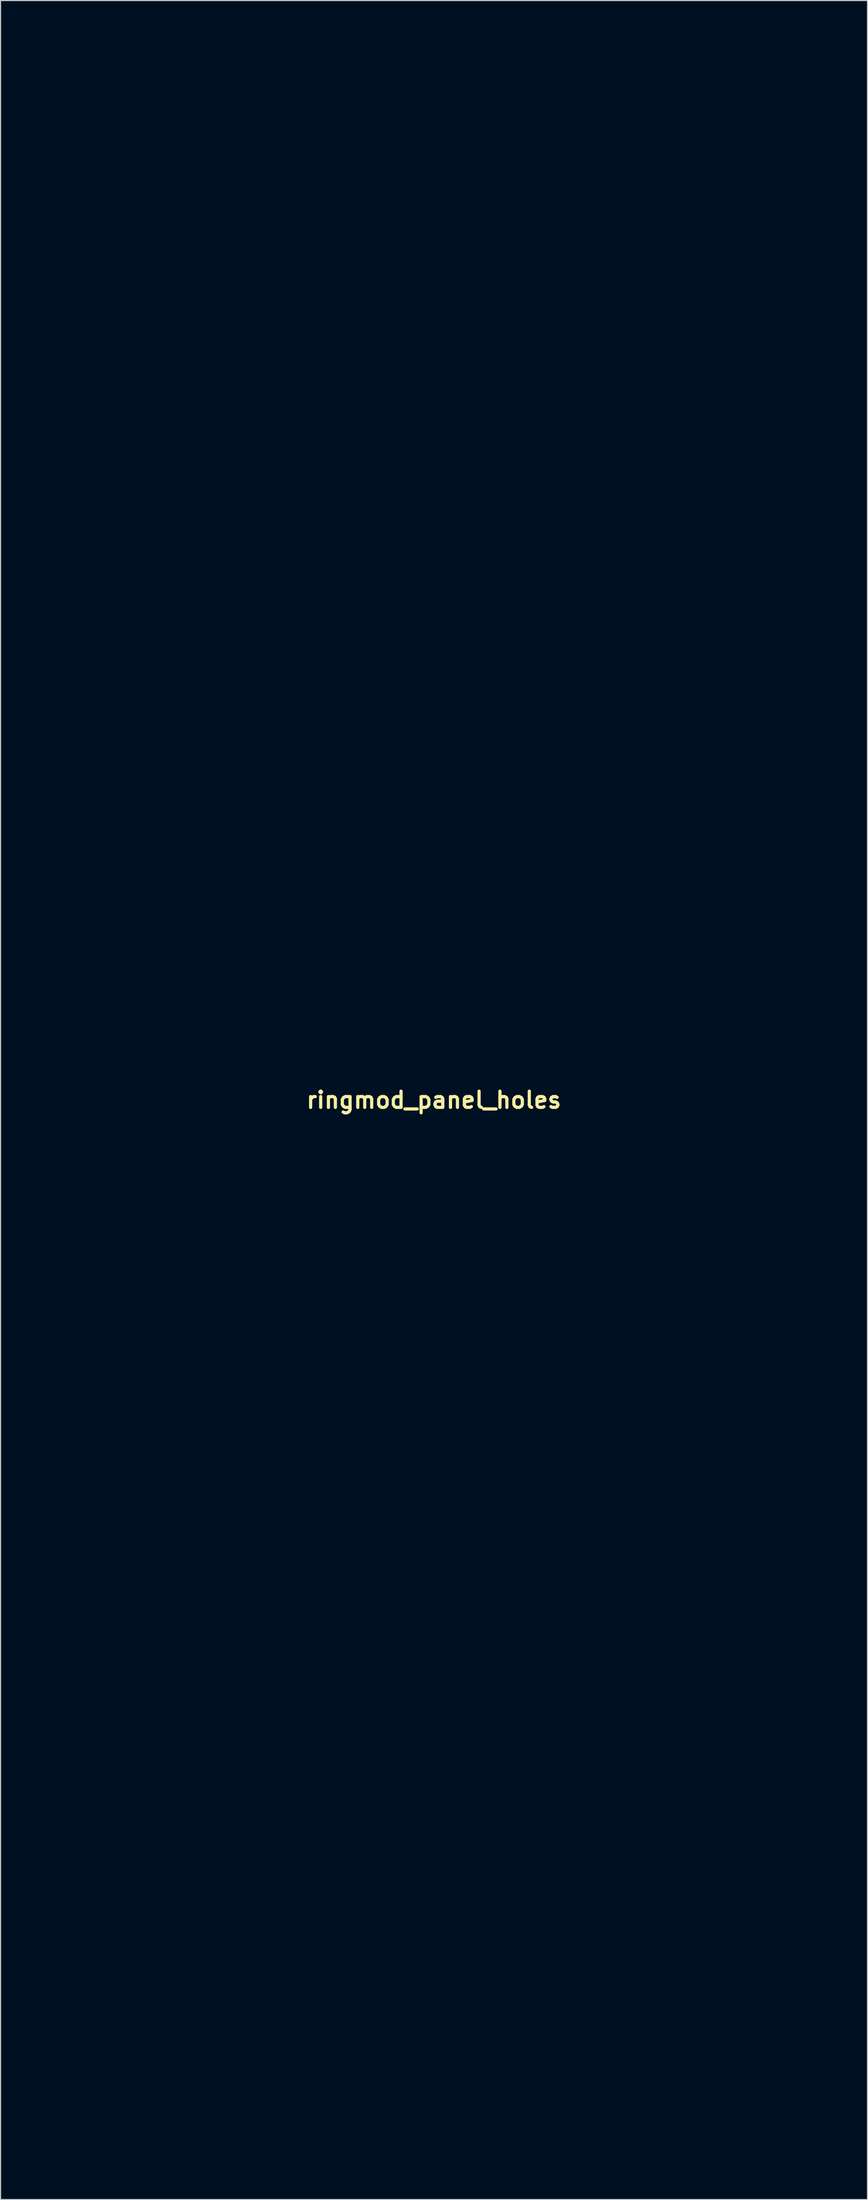
<source format=kicad_pcb>
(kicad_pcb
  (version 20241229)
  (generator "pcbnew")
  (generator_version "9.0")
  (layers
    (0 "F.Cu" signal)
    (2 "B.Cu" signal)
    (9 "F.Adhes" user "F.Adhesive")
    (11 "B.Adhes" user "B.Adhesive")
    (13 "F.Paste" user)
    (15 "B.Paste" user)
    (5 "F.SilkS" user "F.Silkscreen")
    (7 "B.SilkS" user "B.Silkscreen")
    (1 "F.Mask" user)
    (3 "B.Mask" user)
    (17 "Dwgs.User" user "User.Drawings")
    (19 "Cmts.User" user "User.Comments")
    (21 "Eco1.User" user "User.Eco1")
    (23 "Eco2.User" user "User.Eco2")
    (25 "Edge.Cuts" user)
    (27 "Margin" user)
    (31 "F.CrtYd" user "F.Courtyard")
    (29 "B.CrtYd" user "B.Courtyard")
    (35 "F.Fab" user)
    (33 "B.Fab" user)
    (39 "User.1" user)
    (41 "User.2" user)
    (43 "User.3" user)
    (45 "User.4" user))
  (footprint "ringmod_panel_holes"
    (layer "F.Cu")
    (at 37.705 100.277)
    (property "Reference" "ringmod_panel_holes" (at 0 0 0) (layer "F.SilkS") (effects (font (size 1.524 1.524) (thickness 0.3))))
    (attr board_only exclude_from_pos_files exclude_from_bom)
    (fp_poly (pts (xy 37.68 100.227) (xy -37.655 100.227) (xy -37.655 99.947) (xy -37.375 99.947) (xy 37.401 99.947) (xy 37.401 -99.947) (xy -37.375 -99.947) (xy -37.375 99.947) (xy -37.655 99.947) (xy -37.655 -100.227) (xy 37.68 -100.227)) (stroke (width 0.1) (type solid)) (fill no) (layer "Eco1.User"))
    (fp_poly (pts (xy -31.233 95.555) (xy -30.964 95.671) (xy -30.727 95.826) (xy -30.523 96.018) (xy -30.42 96.147) (xy -30.269 96.399) (xy -30.168 96.662) (xy -30.116 96.932) (xy -30.113 97.206) (xy -30.161 97.481) (xy -30.259 97.755) (xy -30.285 97.809) (xy -30.427 98.043) (xy -30.609 98.248) (xy -30.825 98.421) (xy -31.069 98.556) (xy -31.334 98.65) (xy -31.34 98.651) (xy -31.382 98.662) (xy -31.425 98.67) (xy -31.474 98.678) (xy -31.532 98.684) (xy -31.604 98.689) (xy -31.693 98.693) (xy -31.805 98.696) (xy -31.943 98.698) (xy -32.111 98.699) (xy -32.314 98.7) (xy -32.556 98.7) (xy -32.84 98.7) (xy -33.127 98.7) (xy -33.453 98.7) (xy -33.732 98.699) (xy -33.969 98.698) (xy -34.168 98.697) (xy -34.332 98.695) (xy -34.466 98.693) (xy -34.575 98.689) (xy -34.662 98.685) (xy -34.732 98.68) (xy -34.788 98.674) (xy -34.835 98.666) (xy -34.878 98.657) (xy -34.909 98.649) (xy -35.169 98.56) (xy -35.4 98.432) (xy -35.596 98.277) (xy -35.766 98.099) (xy -35.897 97.915) (xy -36.001 97.707) (xy -36.032 97.626) (xy -36.104 97.36) (xy -36.128 97.093) (xy -36.106 96.83) (xy -36.041 96.577) (xy -35.936 96.338) (xy -35.792 96.118) (xy -35.613 95.922) (xy -35.401 95.754) (xy -35.158 95.62) (xy -34.96 95.544) (xy -34.769 95.485) (xy -31.439 95.485)) (stroke (width 0.1) (type solid)) (fill no) (layer "Eco1.User"))
    (fp_poly (pts (xy -32.069 -98.698) (xy -31.881 -98.695) (xy -31.723 -98.691) (xy -31.591 -98.684) (xy -31.481 -98.675) (xy -31.388 -98.662) (xy -31.309 -98.647) (xy -31.239 -98.628) (xy -31.175 -98.605) (xy -31.112 -98.578) (xy -31.045 -98.547) (xy -30.986 -98.517) (xy -30.762 -98.379) (xy -30.56 -98.2) (xy -30.39 -97.991) (xy -30.285 -97.812) (xy -30.18 -97.555) (xy -30.121 -97.307) (xy -30.109 -97.056) (xy -30.14 -96.795) (xy -30.143 -96.778) (xy -30.226 -96.501) (xy -30.351 -96.249) (xy -30.516 -96.025) (xy -30.717 -95.834) (xy -30.953 -95.677) (xy -31.22 -95.56) (xy -31.233 -95.555) (xy -31.439 -95.486) (xy -33.028 -95.482) (xy -33.311 -95.481) (xy -33.583 -95.481) (xy -33.838 -95.482) (xy -34.071 -95.484) (xy -34.277 -95.485) (xy -34.453 -95.488) (xy -34.592 -95.49) (xy -34.691 -95.493) (xy -34.744 -95.497) (xy -34.747 -95.497) (xy -35.015 -95.562) (xy -35.268 -95.672) (xy -35.498 -95.821) (xy -35.7 -96.005) (xy -35.866 -96.219) (xy -35.949 -96.365) (xy -36.051 -96.612) (xy -36.108 -96.855) (xy -36.124 -97.108) (xy -36.121 -97.189) (xy -36.086 -97.455) (xy -36.012 -97.695) (xy -35.897 -97.917) (xy -35.735 -98.128) (xy -35.648 -98.22) (xy -35.479 -98.374) (xy -35.31 -98.492) (xy -35.123 -98.585) (xy -35.011 -98.629) (xy -34.846 -98.688) (xy -33.206 -98.696) (xy -32.856 -98.697) (xy -32.552 -98.698) (xy -32.291 -98.699)) (stroke (width 0.1) (type solid)) (fill no) (layer "Eco1.User"))
    (fp_poly (pts (xy 34.985 95.544) (xy 35.242 95.645) (xy 35.467 95.778) (xy 35.672 95.953) (xy 35.688 95.969) (xy 35.868 96.185) (xy 36.005 96.424) (xy 36.098 96.681) (xy 36.146 96.95) (xy 36.146 97.224) (xy 36.104 97.471) (xy 36.042 97.676) (xy 35.962 97.851) (xy 35.857 98.012) (xy 35.716 98.174) (xy 35.672 98.219) (xy 35.507 98.37) (xy 35.348 98.484) (xy 35.178 98.569) (xy 34.982 98.635) (xy 34.924 98.651) (xy 34.881 98.661) (xy 34.837 98.67) (xy 34.789 98.677) (xy 34.731 98.684) (xy 34.66 98.689) (xy 34.572 98.692) (xy 34.462 98.695) (xy 34.326 98.698) (xy 34.16 98.699) (xy 33.96 98.7) (xy 33.721 98.7) (xy 33.44 98.7) (xy 33.132 98.7) (xy 32.805 98.7) (xy 32.526 98.699) (xy 32.289 98.698) (xy 32.09 98.697) (xy 31.925 98.695) (xy 31.791 98.693) (xy 31.682 98.689) (xy 31.596 98.685) (xy 31.526 98.68) (xy 31.47 98.674) (xy 31.424 98.666) (xy 31.382 98.657) (xy 31.355 98.65) (xy 31.081 98.554) (xy 30.835 98.416) (xy 30.62 98.239) (xy 30.44 98.027) (xy 30.308 97.805) (xy 30.206 97.557) (xy 30.149 97.314) (xy 30.136 97.063) (xy 30.139 96.989) (xy 30.183 96.71) (xy 30.272 96.448) (xy 30.403 96.207) (xy 30.573 95.992) (xy 30.779 95.807) (xy 31.016 95.658) (xy 31.255 95.556) (xy 31.464 95.485) (xy 34.795 95.485)) (stroke (width 0.1) (type solid)) (fill no) (layer "Eco1.User"))
    (fp_poly (pts (xy 33.771 -98.689) (xy 34.026 -98.688) (xy 34.243 -98.687) (xy 34.425 -98.684) (xy 34.577 -98.68) (xy 34.702 -98.675) (xy 34.806 -98.667) (xy 34.891 -98.657) (xy 34.963 -98.644) (xy 35.025 -98.629) (xy 35.081 -98.61) (xy 35.136 -98.587) (xy 35.193 -98.561) (xy 35.257 -98.531) (xy 35.265 -98.527) (xy 35.435 -98.426) (xy 35.605 -98.289) (xy 35.763 -98.129) (xy 35.897 -97.957) (xy 35.982 -97.812) (xy 36.085 -97.543) (xy 36.141 -97.272) (xy 36.149 -97.004) (xy 36.114 -96.742) (xy 36.036 -96.492) (xy 35.917 -96.258) (xy 35.76 -96.045) (xy 35.567 -95.856) (xy 35.339 -95.698) (xy 35.079 -95.574) (xy 34.998 -95.545) (xy 34.961 -95.533) (xy 34.926 -95.523) (xy 34.888 -95.515) (xy 34.843 -95.507) (xy 34.787 -95.501) (xy 34.716 -95.497) (xy 34.626 -95.493) (xy 34.513 -95.49) (xy 34.372 -95.488) (xy 34.2 -95.486) (xy 33.991 -95.485) (xy 33.744 -95.484) (xy 33.452 -95.483) (xy 33.231 -95.482) (xy 32.947 -95.482) (xy 32.676 -95.482) (xy 32.421 -95.482) (xy 32.188 -95.484) (xy 31.981 -95.485) (xy 31.806 -95.488) (xy 31.666 -95.49) (xy 31.568 -95.493) (xy 31.514 -95.497) (xy 31.512 -95.497) (xy 31.239 -95.563) (xy 30.984 -95.674) (xy 30.752 -95.827) (xy 30.55 -96.016) (xy 30.445 -96.147) (xy 30.295 -96.399) (xy 30.193 -96.661) (xy 30.141 -96.931) (xy 30.138 -97.205) (xy 30.186 -97.48) (xy 30.283 -97.752) (xy 30.308 -97.806) (xy 30.454 -98.046) (xy 30.639 -98.255) (xy 30.86 -98.43) (xy 31.112 -98.568) (xy 31.241 -98.619) (xy 31.439 -98.689) (xy 33.129 -98.689) (xy 33.474 -98.689)) (stroke (width 0.1) (type solid)) (fill no) (layer "Eco1.User"))
    (fp_poly (pts (xy 12.831 -28.514) (xy 13.018 -28.493) (xy 13.431 -28.4) (xy 13.825 -28.262) (xy 14.198 -28.08) (xy 14.546 -27.857) (xy 14.865 -27.597) (xy 15.152 -27.3) (xy 15.403 -26.969) (xy 15.534 -26.759) (xy 15.714 -26.394) (xy 15.849 -26.01) (xy 15.939 -25.611) (xy 15.983 -25.204) (xy 15.98 -24.794) (xy 15.931 -24.386) (xy 15.834 -23.986) (xy 15.815 -23.927) (xy 15.667 -23.553) (xy 15.473 -23.198) (xy 15.239 -22.865) (xy 14.968 -22.559) (xy 14.663 -22.284) (xy 14.33 -22.045) (xy 14.022 -21.872) (xy 13.687 -21.726) (xy 13.348 -21.622) (xy 12.993 -21.556) (xy 12.611 -21.525) (xy 12.586 -21.525) (xy 12.446 -21.522) (xy 12.317 -21.521) (xy 12.211 -21.522) (xy 12.141 -21.524) (xy 12.128 -21.526) (xy 11.697 -21.605) (xy 11.287 -21.728) (xy 10.902 -21.894) (xy 10.542 -22.101) (xy 10.212 -22.348) (xy 9.913 -22.632) (xy 9.648 -22.952) (xy 9.419 -23.307) (xy 9.392 -23.356) (xy 9.23 -23.696) (xy 9.11 -24.045) (xy 9.03 -24.41) (xy 8.989 -24.801) (xy 8.985 -24.891) (xy 9.992 -24.891) (xy 12.357 -24.891) (xy 12.357 -22.527) (xy 12.611 -22.527) (xy 12.611 -24.891) (xy 14.976 -24.891) (xy 14.976 -25.146) (xy 12.611 -25.146) (xy 12.611 -27.51) (xy 12.357 -27.51) (xy 12.357 -25.146) (xy 9.992 -25.146) (xy 9.992 -24.891) (xy 8.985 -24.891) (xy 8.984 -24.904) (xy 8.986 -25.278) (xy 9.022 -25.624) (xy 9.093 -25.953) (xy 9.203 -26.277) (xy 9.308 -26.516) (xy 9.456 -26.799) (xy 9.619 -27.051) (xy 9.809 -27.289) (xy 10.005 -27.498) (xy 10.306 -27.771) (xy 10.621 -27.998) (xy 10.956 -28.185) (xy 11.319 -28.334) (xy 11.681 -28.442) (xy 11.877 -28.48) (xy 12.106 -28.507) (xy 12.352 -28.522) (xy 12.599 -28.525)) (stroke (width 0.1) (type solid)) (fill no) (layer "Eco1.User"))
    (fp_poly (pts (xy -12.249 -68.56) (xy -11.839 -68.507) (xy -11.44 -68.407) (xy -11.056 -68.261) (xy -11.04 -68.253) (xy -10.67 -68.056) (xy -10.33 -67.818) (xy -10.023 -67.545) (xy -9.75 -67.238) (xy -9.514 -66.902) (xy -9.319 -66.539) (xy -9.166 -66.154) (xy -9.058 -65.749) (xy -9.038 -65.647) (xy -9.018 -65.485) (xy -9.004 -65.292) (xy -8.998 -65.084) (xy -8.999 -64.878) (xy -9.009 -64.69) (xy -9.025 -64.542) (xy -9.115 -64.132) (xy -9.252 -63.737) (xy -9.433 -63.362) (xy -9.655 -63.011) (xy -9.917 -62.69) (xy -9.966 -62.639) (xy -10.229 -62.389) (xy -10.503 -62.179) (xy -10.804 -61.996) (xy -10.946 -61.923) (xy -11.292 -61.77) (xy -11.63 -61.661) (xy -11.972 -61.592) (xy -12.331 -61.56) (xy -12.522 -61.558) (xy -12.669 -61.561) (xy -12.818 -61.569) (xy -12.951 -61.58) (xy -13.043 -61.592) (xy -13.462 -61.687) (xy -13.855 -61.824) (xy -14.223 -62.006) (xy -14.569 -62.232) (xy -14.895 -62.506) (xy -14.98 -62.588) (xy -15.258 -62.9) (xy -15.496 -63.241) (xy -15.692 -63.608) (xy -15.843 -63.997) (xy -15.948 -64.404) (xy -15.958 -64.453) (xy -15.984 -64.651) (xy -15.998 -64.88) (xy -15.999 -64.937) (xy -15.001 -64.937) (xy -12.636 -64.937) (xy -12.636 -62.572) (xy -12.382 -62.572) (xy -12.382 -64.937) (xy -9.992 -64.937) (xy -9.992 -65.191) (xy -12.382 -65.191) (xy -12.382 -67.555) (xy -12.636 -67.555) (xy -12.636 -65.191) (xy -15.001 -65.191) (xy -15.001 -64.937) (xy -15.999 -64.937) (xy -16.001 -65.123) (xy -15.993 -65.361) (xy -15.973 -65.577) (xy -15.958 -65.674) (xy -15.859 -66.076) (xy -15.714 -66.464) (xy -15.524 -66.833) (xy -15.293 -67.178) (xy -15.023 -67.495) (xy -14.718 -67.78) (xy -14.596 -67.876) (xy -14.438 -67.983) (xy -14.249 -68.095) (xy -14.043 -68.204) (xy -13.834 -68.302) (xy -13.638 -68.382) (xy -13.49 -68.431) (xy -13.079 -68.522) (xy -12.664 -68.565)) (stroke (width 0.1) (type solid)) (fill no) (layer "Eco1.User"))
    (fp_poly (pts (xy -24.673 70.077) (xy -24.369 70.103) (xy -24.073 70.149) (xy -23.767 70.217) (xy -23.734 70.225) (xy -23.265 70.372) (xy -22.817 70.563) (xy -22.393 70.797) (xy -21.994 71.07) (xy -21.624 71.38) (xy -21.285 71.725) (xy -20.979 72.101) (xy -20.71 72.505) (xy -20.48 72.936) (xy -20.292 73.391) (xy -20.149 73.861) (xy -20.063 74.299) (xy -20.016 74.758) (xy -20.009 75.226) (xy -20.042 75.691) (xy -20.114 76.141) (xy -20.138 76.247) (xy -20.261 76.669) (xy -20.428 77.091) (xy -20.634 77.503) (xy -20.874 77.894) (xy -21.142 78.254) (xy -21.168 78.285) (xy -21.506 78.65) (xy -21.876 78.977) (xy -22.274 79.264) (xy -22.696 79.511) (xy -23.139 79.716) (xy -23.599 79.877) (xy -24.072 79.994) (xy -24.556 80.063) (xy -25.045 80.084) (xy -25.476 80.063) (xy -25.976 79.99) (xy -26.462 79.869) (xy -26.93 79.701) (xy -27.379 79.487) (xy -27.805 79.228) (xy -28.206 78.927) (xy -28.564 78.599) (xy -28.897 78.23) (xy -29.187 77.838) (xy -29.433 77.425) (xy -29.637 76.996) (xy -29.797 76.552) (xy -29.915 76.098) (xy -29.989 75.637) (xy -30.018 75.208) (xy -27.51 75.208) (xy -25.146 75.208) (xy -25.146 77.573) (xy -24.891 77.573) (xy -24.891 75.208) (xy -22.527 75.208) (xy -22.527 74.955) (xy -23.703 74.948) (xy -24.879 74.941) (xy -24.885 73.751) (xy -24.892 72.561) (xy -25.133 72.577) (xy -25.146 74.954) (xy -27.51 74.954) (xy -27.51 75.208) (xy -30.018 75.208) (xy -30.02 75.171) (xy -30.008 74.706) (xy -29.953 74.242) (xy -29.855 73.785) (xy -29.713 73.337) (xy -29.528 72.901) (xy -29.3 72.482) (xy -29.028 72.081) (xy -28.713 71.703) (xy -28.63 71.614) (xy -28.337 71.33) (xy -28.046 71.085) (xy -27.742 70.871) (xy -27.415 70.677) (xy -27.301 70.618) (xy -26.862 70.416) (xy -26.423 70.262) (xy -25.974 70.154) (xy -25.51 70.09) (xy -25.022 70.069) (xy -25.006 70.069)) (stroke (width 0.1) (type solid)) (fill no) (layer "Eco1.User"))
    (fp_poly (pts (xy 0.246 70.072) (xy 0.466 70.083) (xy 0.657 70.101) (xy 0.725 70.11) (xy 1.215 70.207) (xy 1.684 70.347) (xy 2.128 70.529) (xy 2.548 70.749) (xy 2.94 71.005) (xy 3.304 71.295) (xy 3.637 71.615) (xy 3.939 71.962) (xy 4.207 72.335) (xy 4.44 72.731) (xy 4.637 73.146) (xy 4.794 73.579) (xy 4.912 74.026) (xy 4.989 74.485) (xy 5.022 74.954) (xy 5.01 75.429) (xy 4.952 75.908) (xy 4.846 76.388) (xy 4.753 76.692) (xy 4.575 77.139) (xy 4.351 77.571) (xy 4.085 77.983) (xy 3.782 78.368) (xy 3.445 78.72) (xy 3.186 78.95) (xy 2.787 79.244) (xy 2.363 79.496) (xy 1.916 79.705) (xy 1.451 79.869) (xy 0.972 79.988) (xy 0.483 80.06) (xy -0.011 80.084) (xy -0.47 80.061) (xy -0.958 79.99) (xy -1.43 79.872) (xy -1.885 79.709) (xy -2.32 79.504) (xy -2.731 79.259) (xy -3.118 78.977) (xy -3.475 78.66) (xy -3.802 78.311) (xy -4.095 77.931) (xy -4.352 77.524) (xy -4.57 77.092) (xy -4.746 76.637) (xy -4.877 76.162) (xy -4.894 76.087) (xy -4.97 75.595) (xy -4.998 75.105) (xy -4.992 74.955) (xy -2.494 74.955) (xy -2.487 75.075) (xy -2.479 75.196) (xy -1.29 75.202) (xy -0.102 75.209) (xy -0.102 77.573) (xy 0.127 77.573) (xy 0.127 75.209) (xy 1.316 75.202) (xy 2.504 75.196) (xy 2.512 75.075) (xy 2.52 74.955) (xy 1.33 74.948) (xy 0.14 74.941) (xy 0.133 73.753) (xy 0.127 72.564) (xy -0.101 72.564) (xy -0.108 73.753) (xy -0.114 74.941) (xy -1.304 74.948) (xy -2.494 74.955) (xy -4.992 74.955) (xy -4.978 74.619) (xy -4.911 74.142) (xy -4.799 73.676) (xy -4.644 73.224) (xy -4.446 72.79) (xy -4.209 72.375) (xy -3.932 71.985) (xy -3.617 71.62) (xy -3.267 71.285) (xy -2.882 70.983) (xy -2.464 70.716) (xy -2.268 70.61) (xy -1.828 70.409) (xy -1.382 70.256) (xy -0.924 70.149) (xy -0.449 70.087) (xy 0.013 70.068)) (stroke (width 0.1) (type solid)) (fill no) (layer "Eco1.User"))
    (fp_poly (pts (xy -12.184 11.522) (xy -11.971 11.543) (xy -11.899 11.554) (xy -11.494 11.651) (xy -11.109 11.792) (xy -10.746 11.975) (xy -10.409 12.198) (xy -10.1 12.456) (xy -9.823 12.747) (xy -9.581 13.068) (xy -9.376 13.416) (xy -9.211 13.788) (xy -9.09 14.181) (xy -9.04 14.426) (xy -9.013 14.647) (xy -9 14.897) (xy -9 15.156) (xy -9.015 15.404) (xy -9.04 15.602) (xy -9.134 16.009) (xy -9.274 16.397) (xy -9.456 16.762) (xy -9.679 17.102) (xy -9.94 17.413) (xy -10.235 17.693) (xy -10.563 17.938) (xy -10.921 18.145) (xy -11.306 18.312) (xy -11.399 18.345) (xy -11.731 18.436) (xy -12.082 18.495) (xy -12.435 18.522) (xy -12.773 18.515) (xy -12.834 18.509) (xy -13.245 18.442) (xy -13.644 18.329) (xy -14.024 18.171) (xy -14.383 17.972) (xy -14.716 17.733) (xy -15.017 17.458) (xy -15.22 17.229) (xy -15.461 16.895) (xy -15.657 16.547) (xy -15.81 16.178) (xy -15.924 15.781) (xy -15.958 15.624) (xy -15.984 15.439) (xy -15.999 15.222) (xy -16 15.128) (xy -15.001 15.128) (xy -12.636 15.128) (xy -12.636 16.306) (xy -12.636 16.546) (xy -12.635 16.771) (xy -12.633 16.974) (xy -12.631 17.152) (xy -12.629 17.298) (xy -12.626 17.409) (xy -12.623 17.478) (xy -12.619 17.501) (xy -12.586 17.512) (xy -12.521 17.518) (xy -12.493 17.518) (xy -12.383 17.518) (xy -12.376 16.329) (xy -12.369 15.141) (xy -11.181 15.134) (xy -9.992 15.128) (xy -9.992 14.9) (xy -11.181 14.893) (xy -12.369 14.887) (xy -12.376 13.697) (xy -12.383 12.507) (xy -12.503 12.514) (xy -12.624 12.522) (xy -12.63 13.711) (xy -12.637 14.899) (xy -15.001 14.899) (xy -15.001 15.128) (xy -16 15.128) (xy -16.003 14.988) (xy -15.996 14.756) (xy -15.978 14.54) (xy -15.956 14.391) (xy -15.853 13.981) (xy -15.705 13.592) (xy -15.517 13.228) (xy -15.29 12.891) (xy -15.027 12.583) (xy -14.731 12.308) (xy -14.406 12.069) (xy -14.052 11.868) (xy -13.675 11.707) (xy -13.275 11.59) (xy -13.094 11.554) (xy -12.895 11.528) (xy -12.665 11.515) (xy -12.422 11.513)) (stroke (width 0.1) (type solid)) (fill no) (layer "Eco1.User"))
    (fp_poly (pts (xy 0.382 45.05) (xy 0.892 45.117) (xy 1.386 45.232) (xy 1.861 45.392) (xy 2.314 45.597) (xy 2.744 45.846) (xy 3.149 46.139) (xy 3.186 46.169) (xy 3.319 46.285) (xy 3.469 46.428) (xy 3.626 46.587) (xy 3.777 46.749) (xy 3.912 46.902) (xy 4.019 47.035) (xy 4.02 47.037) (xy 4.3 47.453) (xy 4.535 47.889) (xy 4.724 48.342) (xy 4.867 48.809) (xy 4.964 49.285) (xy 5.014 49.767) (xy 5.018 50.253) (xy 4.974 50.737) (xy 4.883 51.218) (xy 4.744 51.691) (xy 4.557 52.153) (xy 4.526 52.218) (xy 4.286 52.659) (xy 4.008 53.068) (xy 3.695 53.444) (xy 3.349 53.785) (xy 2.973 54.089) (xy 2.572 54.355) (xy 2.146 54.581) (xy 1.699 54.765) (xy 1.235 54.905) (xy 0.755 55.001) (xy 0.263 55.05) (xy -0.238 55.051) (xy -0.343 55.045) (xy -0.838 54.985) (xy -1.321 54.878) (xy -1.789 54.723) (xy -2.238 54.523) (xy -2.667 54.279) (xy -3.072 53.993) (xy -3.451 53.665) (xy -3.8 53.298) (xy -3.891 53.19) (xy -4.084 52.931) (xy -4.273 52.635) (xy -4.448 52.319) (xy -4.601 51.998) (xy -4.725 51.685) (xy -4.743 51.631) (xy -4.876 51.151) (xy -4.96 50.664) (xy -4.995 50.173) (xy -4.995 50.164) (xy -2.494 50.164) (xy -1.304 50.17) (xy -0.114 50.177) (xy -0.108 51.366) (xy -0.101 52.554) (xy 0.127 52.554) (xy 0.133 51.366) (xy 0.14 50.177) (xy 1.33 50.17) (xy 2.52 50.164) (xy 2.512 50.043) (xy 2.504 49.923) (xy 1.316 49.916) (xy 0.127 49.91) (xy 0.127 47.546) (xy -0.102 47.546) (xy -0.102 49.91) (xy -1.29 49.916) (xy -2.479 49.923) (xy -2.487 50.043) (xy -2.494 50.164) (xy -4.995 50.164) (xy -4.983 49.683) (xy -4.923 49.197) (xy -4.817 48.72) (xy -4.665 48.254) (xy -4.467 47.803) (xy -4.225 47.372) (xy -3.995 47.037) (xy -3.886 46.903) (xy -3.75 46.747) (xy -3.598 46.585) (xy -3.441 46.426) (xy -3.292 46.283) (xy -3.163 46.17) (xy -2.773 45.883) (xy -2.356 45.635) (xy -1.916 45.427) (xy -1.46 45.261) (xy -0.992 45.14) (xy -0.517 45.064) (xy -0.041 45.035)) (stroke (width 0.1) (type solid)) (fill no) (layer "Eco1.User"))
    (fp_poly (pts (xy -24.363 45.08) (xy -23.88 45.167) (xy -23.409 45.301) (xy -22.953 45.48) (xy -22.787 45.56) (xy -22.343 45.81) (xy -21.932 46.098) (xy -21.555 46.422) (xy -21.215 46.778) (xy -20.913 47.164) (xy -20.65 47.579) (xy -20.429 48.019) (xy -20.251 48.482) (xy -20.118 48.965) (xy -20.05 49.332) (xy -20.029 49.524) (xy -20.016 49.749) (xy -20.011 49.993) (xy -20.013 50.241) (xy -20.023 50.475) (xy -20.041 50.681) (xy -20.049 50.746) (xy -20.147 51.244) (xy -20.291 51.723) (xy -20.479 52.18) (xy -20.709 52.614) (xy -20.979 53.021) (xy -21.288 53.4) (xy -21.633 53.747) (xy -22.013 54.06) (xy -22.425 54.337) (xy -22.867 54.575) (xy -23.139 54.695) (xy -23.589 54.852) (xy -24.06 54.965) (xy -24.545 55.033) (xy -25.036 55.056) (xy -25.362 55.045) (xy -25.85 54.988) (xy -26.326 54.883) (xy -26.786 54.733) (xy -27.227 54.54) (xy -27.648 54.306) (xy -28.043 54.032) (xy -28.412 53.723) (xy -28.75 53.379) (xy -29.055 53.003) (xy -29.323 52.597) (xy -29.553 52.163) (xy -29.718 51.766) (xy -29.827 51.44) (xy -29.908 51.128) (xy -29.964 50.816) (xy -29.997 50.488) (xy -30.009 50.164) (xy -27.51 50.164) (xy -25.146 50.164) (xy -25.146 51.342) (xy -25.145 51.582) (xy -25.144 51.807) (xy -25.143 52.01) (xy -25.141 52.188) (xy -25.138 52.335) (xy -25.135 52.445) (xy -25.132 52.514) (xy -25.129 52.537) (xy -25.095 52.548) (xy -25.03 52.554) (xy -25.002 52.554) (xy -24.892 52.554) (xy -24.885 51.366) (xy -24.879 50.177) (xy -23.703 50.17) (xy -22.527 50.164) (xy -22.527 49.91) (xy -24.891 49.91) (xy -24.891 47.546) (xy -25.146 47.546) (xy -25.146 49.91) (xy -27.51 49.91) (xy -27.51 50.164) (xy -30.009 50.164) (xy -30.011 50.13) (xy -30.011 50.05) (xy -30.001 49.662) (xy -29.968 49.307) (xy -29.909 48.97) (xy -29.822 48.637) (xy -29.705 48.295) (xy -29.682 48.235) (xy -29.477 47.778) (xy -29.23 47.347) (xy -28.944 46.945) (xy -28.621 46.575) (xy -28.265 46.239) (xy -27.877 45.938) (xy -27.461 45.677) (xy -27.019 45.456) (xy -26.555 45.279) (xy -26.315 45.208) (xy -25.834 45.104) (xy -25.345 45.048) (xy -24.853 45.04)) (stroke (width 0.1) (type solid)) (fill no) (layer "Eco1.User"))
    (fp_poly (pts (xy 25.515 70.088) (xy 25.975 70.149) (xy 26.418 70.253) (xy 26.852 70.401) (xy 27.281 70.594) (xy 27.716 70.84) (xy 28.123 71.129) (xy 28.501 71.456) (xy 28.844 71.818) (xy 29.151 72.214) (xy 29.323 72.478) (xy 29.536 72.863) (xy 29.708 73.256) (xy 29.847 73.673) (xy 29.887 73.823) (xy 29.943 74.058) (xy 29.985 74.272) (xy 30.013 74.48) (xy 30.03 74.697) (xy 30.037 74.938) (xy 30.037 75.107) (xy 30.032 75.372) (xy 30.018 75.605) (xy 29.993 75.821) (xy 29.954 76.04) (xy 29.9 76.278) (xy 29.887 76.331) (xy 29.743 76.796) (xy 29.555 77.241) (xy 29.324 77.663) (xy 29.054 78.061) (xy 28.749 78.43) (xy 28.41 78.77) (xy 28.04 79.076) (xy 27.644 79.346) (xy 27.222 79.578) (xy 26.78 79.77) (xy 26.318 79.917) (xy 25.841 80.019) (xy 25.788 80.027) (xy 25.606 80.049) (xy 25.395 80.065) (xy 25.172 80.075) (xy 24.951 80.079) (xy 24.748 80.076) (xy 24.578 80.066) (xy 24.561 80.064) (xy 24.06 79.987) (xy 23.576 79.863) (xy 23.113 79.696) (xy 22.672 79.486) (xy 22.257 79.237) (xy 21.869 78.95) (xy 21.511 78.627) (xy 21.185 78.271) (xy 20.893 77.884) (xy 20.639 77.467) (xy 20.424 77.024) (xy 20.251 76.556) (xy 20.122 76.066) (xy 20.091 75.88) (xy 20.066 75.658) (xy 20.048 75.412) (xy 20.04 75.208) (xy 22.552 75.208) (xy 24.917 75.208) (xy 24.917 77.573) (xy 25.171 77.573) (xy 25.171 75.208) (xy 27.536 75.208) (xy 27.536 74.954) (xy 25.172 74.954) (xy 25.158 72.577) (xy 25.038 72.569) (xy 24.917 72.561) (xy 24.911 73.751) (xy 24.904 74.941) (xy 23.728 74.948) (xy 22.552 74.955) (xy 22.552 75.208) (xy 20.04 75.208) (xy 20.038 75.159) (xy 20.036 74.91) (xy 20.043 74.681) (xy 20.059 74.484) (xy 20.059 74.478) (xy 20.145 73.983) (xy 20.278 73.505) (xy 20.455 73.047) (xy 20.674 72.61) (xy 20.933 72.199) (xy 21.23 71.815) (xy 21.563 71.462) (xy 21.929 71.142) (xy 22.327 70.857) (xy 22.755 70.611) (xy 23.209 70.407) (xy 23.277 70.381) (xy 23.666 70.251) (xy 24.047 70.158) (xy 24.435 70.099) (xy 24.844 70.071) (xy 25.031 70.069)) (stroke (width 0.1) (type solid)) (fill no) (layer "Eco1.User")))
  (gr_rect
    (start -3 -3)
    (end 78.436 203.554)
    (stroke (width 0.1) (type default))
    (fill no)
    (layer "Edge.Cuts")))
</source>
